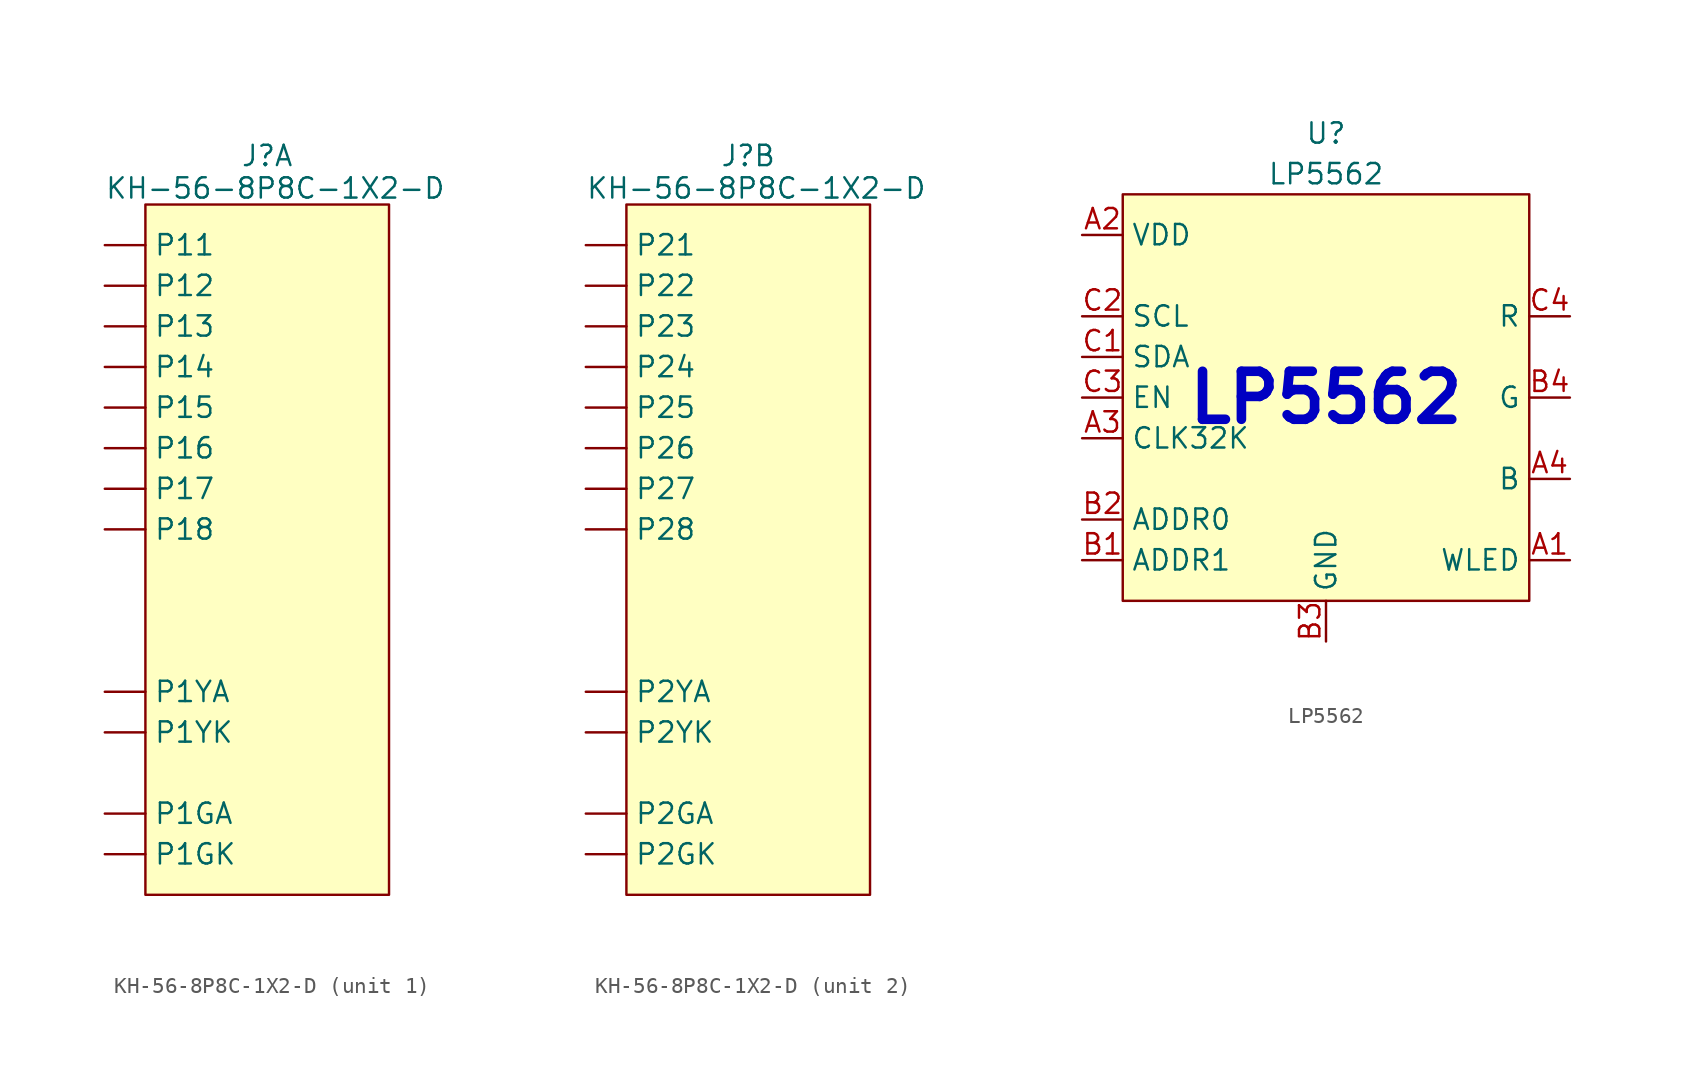
<source format=kicad_sym>
(kicad_symbol_lib
  (version 20231120)
  (generator "kicad_symbol_editor")
  (generator_version "8.0")
  (symbol "KH-56-8P8C-1X2-D"
    (property "Reference" "J"
      (at 0 24.638 0)
      (effects (font (size 1.27 1.27))))
    (property "Value" "KH-56-8P8C-1X2-D"
      (at 0.508 22.606 0)
      (effects (font (size 1.27 1.27))))
    (property "ki_locked" ""
      (at 0 0 0)
      (effects (font (size 1.27 1.27))))
    (symbol "KH-56-8P8C-1X2-D_1_1"
      (rectangle (start -7.62 21.59) (end 7.62 -21.59) (stroke (width 0) (type default)) (fill (type background)))
      (pin passive line (at -10.16 19.05 0) (length 2.54) (name "P11" (effects (font (size 1.27 1.27)))) (number "" (effects (font (size 1.27 1.27)))))
      (pin passive line (at -10.16 16.51 0) (length 2.54) (name "P12" (effects (font (size 1.27 1.27)))) (number "" (effects (font (size 1.27 1.27)))))
      (pin passive line (at -10.16 13.97 0) (length 2.54) (name "P13" (effects (font (size 1.27 1.27)))) (number "" (effects (font (size 1.27 1.27)))))
      (pin passive line (at -10.16 11.43 0) (length 2.54) (name "P14" (effects (font (size 1.27 1.27)))) (number "" (effects (font (size 1.27 1.27)))))
      (pin passive line (at -10.16 8.89 0) (length 2.54) (name "P15" (effects (font (size 1.27 1.27)))) (number "" (effects (font (size 1.27 1.27)))))
      (pin passive line (at -10.16 6.35 0) (length 2.54) (name "P16" (effects (font (size 1.27 1.27)))) (number "" (effects (font (size 1.27 1.27)))))
      (pin passive line (at -10.16 3.81 0) (length 2.54) (name "P17" (effects (font (size 1.27 1.27)))) (number "" (effects (font (size 1.27 1.27)))))
      (pin passive line (at -10.16 1.27 0) (length 2.54) (name "P18" (effects (font (size 1.27 1.27)))) (number "" (effects (font (size 1.27 1.27)))))
      (pin passive line (at -10.16 -16.51 0) (length 2.54) (name "P1GA" (effects (font (size 1.27 1.27)))) (number "" (effects (font (size 1.27 1.27)))))
      (pin passive line (at -10.16 -19.05 0) (length 2.54) (name "P1GK" (effects (font (size 1.27 1.27)))) (number "" (effects (font (size 1.27 1.27)))))
      (pin passive line (at -10.16 -8.89 0) (length 2.54) (name "P1YA" (effects (font (size 1.27 1.27)))) (number "" (effects (font (size 1.27 1.27)))))
      (pin passive line (at -10.16 -11.43 0) (length 2.54) (name "P1YK" (effects (font (size 1.27 1.27)))) (number "" (effects (font (size 1.27 1.27))))))
    (symbol "KH-56-8P8C-1X2-D_2_1"
      (rectangle (start -7.62 21.59) (end 7.62 -21.59) (stroke (width 0) (type default)) (fill (type background)))
      (pin passive line (at -10.16 19.05 0) (length 2.54) (name "P21" (effects (font (size 1.27 1.27)))) (number "" (effects (font (size 1.27 1.27)))))
      (pin passive line (at -10.16 16.51 0) (length 2.54) (name "P22" (effects (font (size 1.27 1.27)))) (number "" (effects (font (size 1.27 1.27)))))
      (pin passive line (at -10.16 13.97 0) (length 2.54) (name "P23" (effects (font (size 1.27 1.27)))) (number "" (effects (font (size 1.27 1.27)))))
      (pin passive line (at -10.16 11.43 0) (length 2.54) (name "P24" (effects (font (size 1.27 1.27)))) (number "" (effects (font (size 1.27 1.27)))))
      (pin passive line (at -10.16 8.89 0) (length 2.54) (name "P25" (effects (font (size 1.27 1.27)))) (number "" (effects (font (size 1.27 1.27)))))
      (pin passive line (at -10.16 6.35 0) (length 2.54) (name "P26" (effects (font (size 1.27 1.27)))) (number "" (effects (font (size 1.27 1.27)))))
      (pin passive line (at -10.16 3.81 0) (length 2.54) (name "P27" (effects (font (size 1.27 1.27)))) (number "" (effects (font (size 1.27 1.27)))))
      (pin passive line (at -10.16 1.27 0) (length 2.54) (name "P28" (effects (font (size 1.27 1.27)))) (number "" (effects (font (size 1.27 1.27)))))
      (pin passive line (at -10.16 -16.51 0) (length 2.54) (name "P2GA" (effects (font (size 1.27 1.27)))) (number "" (effects (font (size 1.27 1.27)))))
      (pin passive line (at -10.16 -19.05 0) (length 2.54) (name "P2GK" (effects (font (size 1.27 1.27)))) (number "" (effects (font (size 1.27 1.27)))))
      (pin passive line (at -10.16 -8.89 0) (length 2.54) (name "P2YA" (effects (font (size 1.27 1.27)))) (number "" (effects (font (size 1.27 1.27)))))
      (pin passive line (at -10.16 -11.43 0) (length 2.54) (name "P2YK" (effects (font (size 1.27 1.27)))) (number "" (effects (font (size 1.27 1.27)))))))
  (symbol "LP5562"
    (property "Reference" "U"
      (at 0 16.51 0)
      (effects (font (size 1.27 1.27))))
    (property "Value" "LP5562"
      (at 0 13.97 0)
      (effects (font (size 1.27 1.27))))
    (symbol "LP5562_1_1"
      (rectangle (start -12.7 12.7) (end 12.7 -12.7) (stroke (width 0) (type default)) (fill (type background)))
      (text "LP5562" (at 0 0 0) (effects (font (size 3 3) (bold yes) (color 0 0 194 1))))
      (pin input line (at 15.24 -10.16 180) (length 2.54) (name "WLED" (effects (font (size 1.27 1.27)))) (number "A1" (effects (font (size 1.27 1.27)))))
      (pin power_in line (at -15.24 10.16 0) (length 2.54) (name "VDD" (effects (font (size 1.27 1.27)))) (number "A2" (effects (font (size 1.27 1.27)))))
      (pin input line (at -15.24 -2.54 0) (length 2.54) (name "CLK32K" (effects (font (size 1.27 1.27)))) (number "A3" (effects (font (size 1.27 1.27)))))
      (pin input line (at 15.24 -5.08 180) (length 2.54) (name "B" (effects (font (size 1.27 1.27)))) (number "A4" (effects (font (size 1.27 1.27)))))
      (pin input line (at -15.24 -10.16 0) (length 2.54) (name "ADDR1" (effects (font (size 1.27 1.27)))) (number "B1" (effects (font (size 1.27 1.27)))))
      (pin input line (at -15.24 -7.62 0) (length 2.54) (name "ADDR0" (effects (font (size 1.27 1.27)))) (number "B2" (effects (font (size 1.27 1.27)))))
      (pin power_in line (at 0 -15.24 90) (length 2.54) (name "GND" (effects (font (size 1.27 1.27)))) (number "B3" (effects (font (size 1.27 1.27)))))
      (pin input line (at 15.24 0 180) (length 2.54) (name "G" (effects (font (size 1.27 1.27)))) (number "B4" (effects (font (size 1.27 1.27)))))
      (pin bidirectional line (at -15.24 2.54 0) (length 2.54) (name "SDA" (effects (font (size 1.27 1.27)))) (number "C1" (effects (font (size 1.27 1.27)))))
      (pin input line (at -15.24 5.08 0) (length 2.54) (name "SCL" (effects (font (size 1.27 1.27)))) (number "C2" (effects (font (size 1.27 1.27)))))
      (pin input line (at -15.24 0 0) (length 2.54) (name "EN" (effects (font (size 1.27 1.27)))) (number "C3" (effects (font (size 1.27 1.27)))))
      (pin input line (at 15.24 5.08 180) (length 2.54) (name "R" (effects (font (size 1.27 1.27)))) (number "C4" (effects (font (size 1.27 1.27))))))))
</source>
